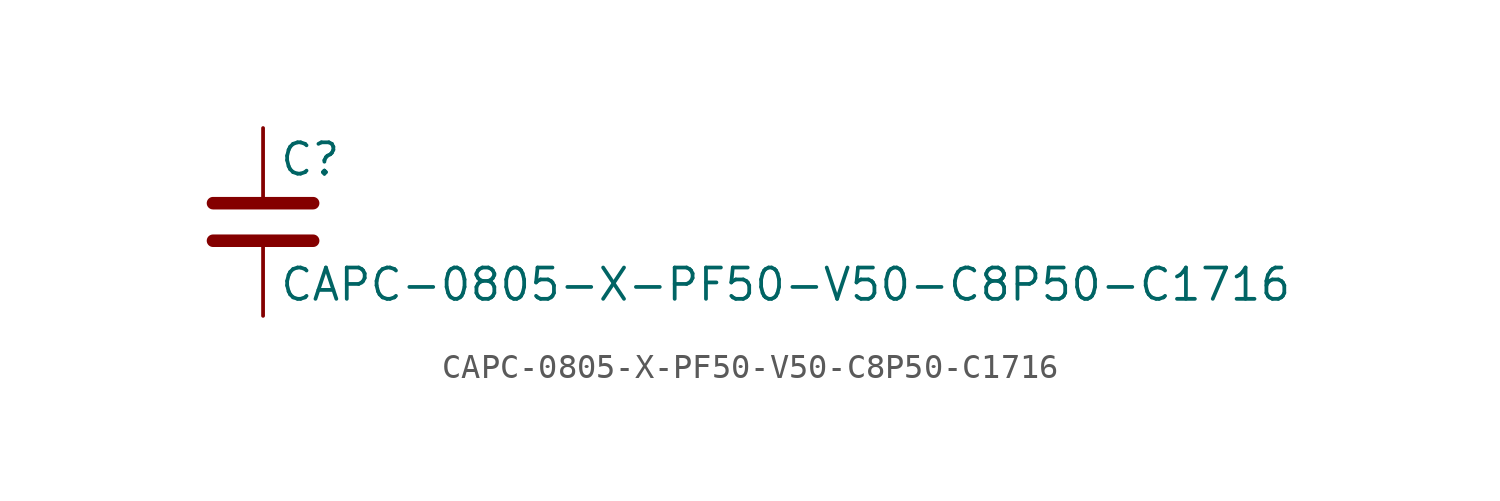
<source format=kicad_sym>
(kicad_symbol_lib
  (version 20211014)
  (generator kicad_symbol_editor)
  (symbol "CAPC-0805-X-PF50-V50-C8P50-C1716"
    (pin_numbers hide)
    (pin_names
      (offset 0.254))
    (property "Reference" "C"
      (at 0.635 2.54 0)
      (effects (font (size 1.27 1.27)) (justify left)))
    (property "Value" "CAPC-0805-X-PF50-V50-C8P50-C1716"
      (at 0.635 -2.54 0)
      (effects (font (size 1.27 1.27)) (justify left)))
    (symbol "CAPC-0805-X-PF50-V50-C8P50-C1716_0_1"
      (polyline (pts (xy -2.032 -0.762) (xy 2.032 -0.762)) (stroke (width 0.508) (type default) (color 0 0 0 0)) (fill (type none)))
      (polyline (pts (xy -2.032 0.762) (xy 2.032 0.762)) (stroke (width 0.508) (type default) (color 0 0 0 0)) (fill (type none))))
    (symbol "CAPC-0805-X-PF50-V50-C8P50-C1716_1_1"
      (pin passive line (at 0 3.81 270) (length 2.794) (name "~" (effects (font (size 1.27 1.27)))) (number "1" (effects (font (size 1.27 1.27)))))
      (pin passive line (at 0 -3.81 90) (length 2.794) (name "~" (effects (font (size 1.27 1.27)))) (number "2" (effects (font (size 1.27 1.27))))))))
</source>
